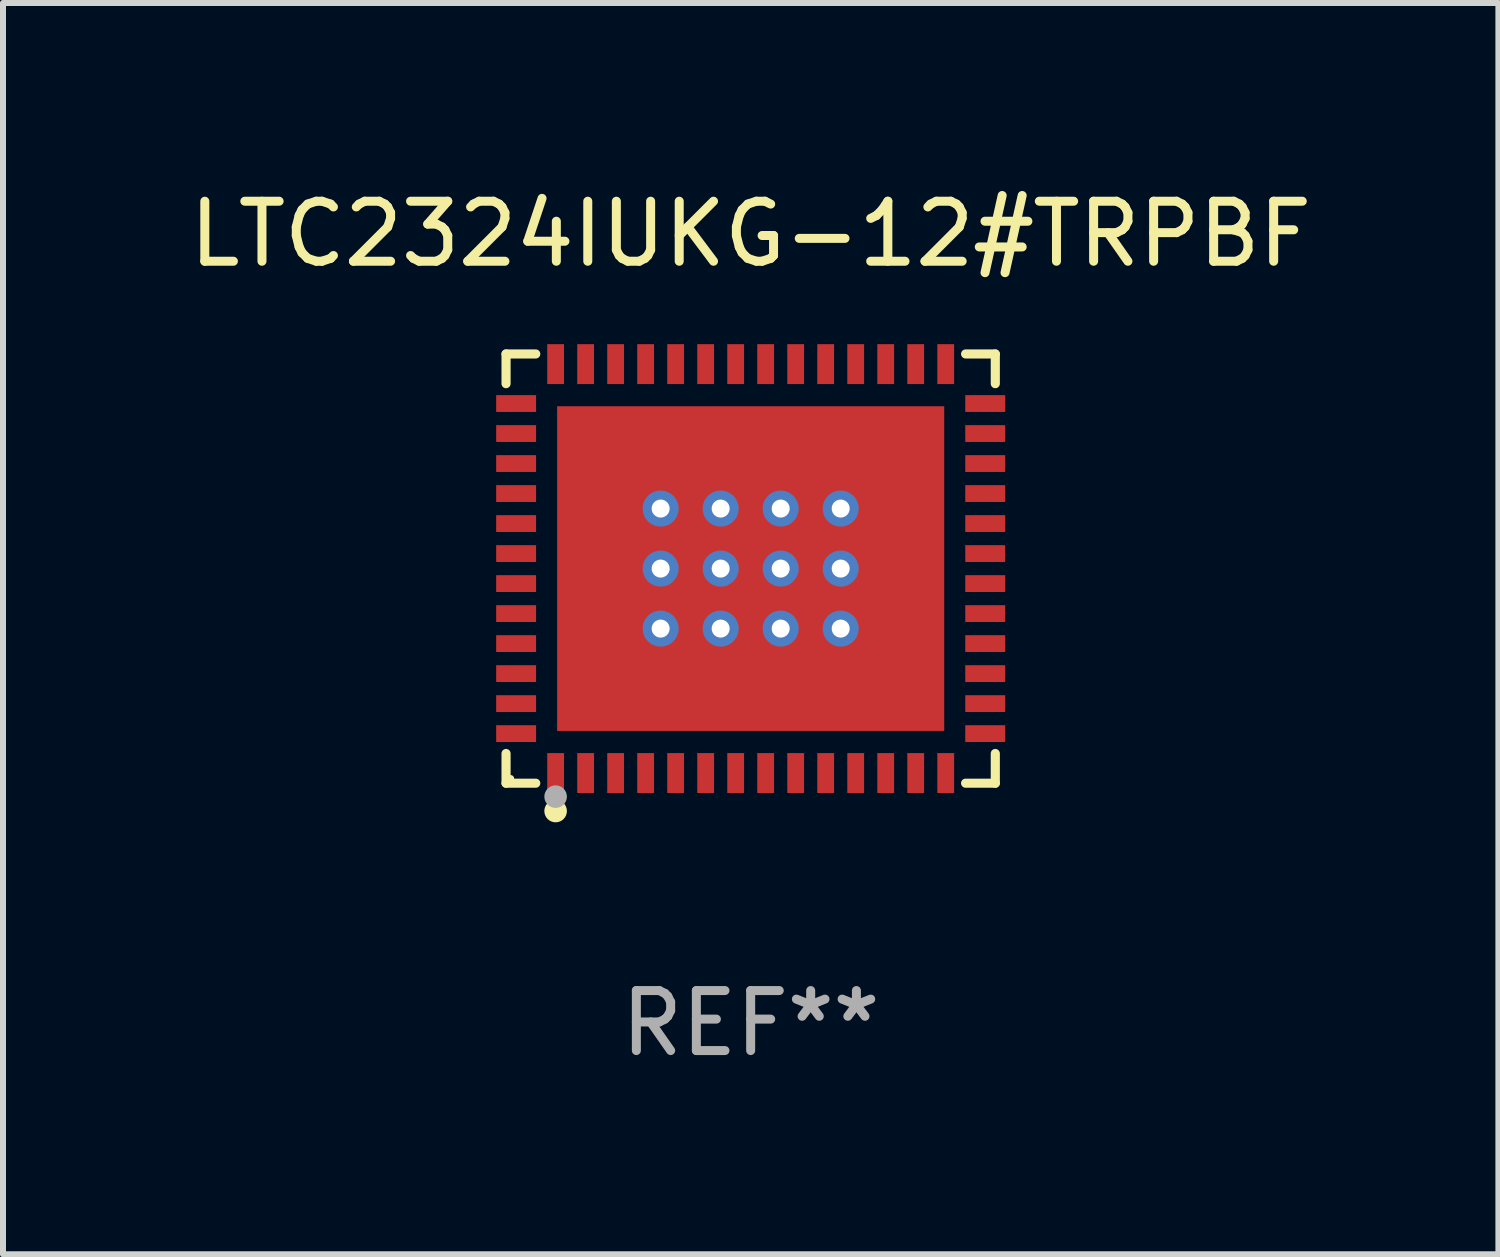
<source format=kicad_pcb>
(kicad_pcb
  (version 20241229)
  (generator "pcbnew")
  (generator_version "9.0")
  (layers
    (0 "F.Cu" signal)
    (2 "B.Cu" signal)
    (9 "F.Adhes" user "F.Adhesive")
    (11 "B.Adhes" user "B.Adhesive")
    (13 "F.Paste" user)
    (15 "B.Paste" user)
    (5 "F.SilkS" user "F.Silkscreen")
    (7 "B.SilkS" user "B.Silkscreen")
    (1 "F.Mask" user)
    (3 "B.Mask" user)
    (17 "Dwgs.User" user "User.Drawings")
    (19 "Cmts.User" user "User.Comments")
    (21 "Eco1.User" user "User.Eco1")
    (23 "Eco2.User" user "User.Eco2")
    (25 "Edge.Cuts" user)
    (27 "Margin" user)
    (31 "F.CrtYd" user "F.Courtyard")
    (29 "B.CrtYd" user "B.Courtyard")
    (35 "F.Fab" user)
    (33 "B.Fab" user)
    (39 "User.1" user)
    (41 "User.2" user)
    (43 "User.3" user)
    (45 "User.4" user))
  (footprint "LTC2324IUKG-12#TRPBF"
    (layer "F.Cu")
    (at 9.458 6.424)
    (property "Reference" "LTC2324IUKG-12#TRPBF" (at 0 -5.576 0) (layer "F.SilkS") (effects (font (size 1 1) (thickness 0.15))))
    (attr through_hole)
    (fp_line (start -4.076 -3.576) (end -3.581 -3.576) (stroke (width 0.152) (type solid)) (layer "F.SilkS"))
    (fp_line (start -4.076 -3.081) (end -4.076 -3.576) (stroke (width 0.152) (type solid)) (layer "F.SilkS"))
    (fp_line (start -4.076 3.081) (end -4.076 3.576) (stroke (width 0.152) (type solid)) (layer "F.SilkS"))
    (fp_line (start -4.076 3.576) (end -3.581 3.576) (stroke (width 0.152) (type solid)) (layer "F.SilkS"))
    (fp_line (start 4.076 -3.576) (end 3.581 -3.576) (stroke (width 0.152) (type solid)) (layer "F.SilkS"))
    (fp_line (start 4.076 -3.081) (end 4.076 -3.576) (stroke (width 0.152) (type solid)) (layer "F.SilkS"))
    (fp_line (start 4.076 3.081) (end 4.076 3.576) (stroke (width 0.152) (type solid)) (layer "F.SilkS"))
    (fp_line (start 4.076 3.576) (end 3.581 3.576) (stroke (width 0.152) (type solid)) (layer "F.SilkS"))
    (fp_circle (center -4 3.5) (end -3.97 3.5) (stroke (width 0.06) (type solid)) (fill no) (layer "F.SilkS"))
    (fp_circle (center -3.25 4.04) (end -3.156 4.04) (stroke (width 0.188) (type solid)) (fill no) (layer "F.SilkS"))
    (fp_circle (center -3.25 3.8) (end -3.156 3.8) (stroke (width 0.188) (type solid)) (fill no) (layer "F.Fab"))
    (fp_text user "REF**" (at 0 7.576 0) (layer "F.Fab") (effects (font (size 1 1) (thickness 0.15))))
    (pad "1" smd rect (at -3.25 3.407) (size 0.28 0.665) (layers "F.Cu" "F.Mask" "F.Paste"))
    (pad "2" smd rect (at -2.75 3.407) (size 0.28 0.665) (layers "F.Cu" "F.Mask" "F.Paste"))
    (pad "3" smd rect (at -2.25 3.407) (size 0.28 0.665) (layers "F.Cu" "F.Mask" "F.Paste"))
    (pad "4" smd rect (at -1.75 3.407) (size 0.28 0.665) (layers "F.Cu" "F.Mask" "F.Paste"))
    (pad "5" smd rect (at -1.25 3.407) (size 0.28 0.665) (layers "F.Cu" "F.Mask" "F.Paste"))
    (pad "6" smd rect (at -0.75 3.407) (size 0.28 0.665) (layers "F.Cu" "F.Mask" "F.Paste"))
    (pad "7" smd rect (at -0.25 3.407) (size 0.28 0.665) (layers "F.Cu" "F.Mask" "F.Paste"))
    (pad "8" smd rect (at 0.25 3.407) (size 0.28 0.665) (layers "F.Cu" "F.Mask" "F.Paste"))
    (pad "9" smd rect (at 0.75 3.407) (size 0.28 0.665) (layers "F.Cu" "F.Mask" "F.Paste"))
    (pad "10" smd rect (at 1.25 3.407) (size 0.28 0.665) (layers "F.Cu" "F.Mask" "F.Paste"))
    (pad "11" smd rect (at 1.75 3.407) (size 0.28 0.665) (layers "F.Cu" "F.Mask" "F.Paste"))
    (pad "12" smd rect (at 2.25 3.407) (size 0.28 0.665) (layers "F.Cu" "F.Mask" "F.Paste"))
    (pad "13" smd rect (at 2.75 3.407) (size 0.28 0.665) (layers "F.Cu" "F.Mask" "F.Paste"))
    (pad "14" smd rect (at 3.25 3.407) (size 0.28 0.665) (layers "F.Cu" "F.Mask" "F.Paste"))
    (pad "15" smd rect (at 3.908 2.75) (size 0.665 0.28) (layers "F.Cu" "F.Mask" "F.Paste"))
    (pad "16" smd rect (at 3.908 2.25) (size 0.665 0.28) (layers "F.Cu" "F.Mask" "F.Paste"))
    (pad "17" smd rect (at 3.908 1.75) (size 0.665 0.28) (layers "F.Cu" "F.Mask" "F.Paste"))
    (pad "18" smd rect (at 3.908 1.25) (size 0.665 0.28) (layers "F.Cu" "F.Mask" "F.Paste"))
    (pad "19" smd rect (at 3.908 0.75) (size 0.665 0.28) (layers "F.Cu" "F.Mask" "F.Paste"))
    (pad "20" smd rect (at 3.908 0.25) (size 0.665 0.28) (layers "F.Cu" "F.Mask" "F.Paste"))
    (pad "21" smd rect (at 3.908 -0.25) (size 0.665 0.28) (layers "F.Cu" "F.Mask" "F.Paste"))
    (pad "22" smd rect (at 3.908 -0.75) (size 0.665 0.28) (layers "F.Cu" "F.Mask" "F.Paste"))
    (pad "23" smd rect (at 3.908 -1.25) (size 0.665 0.28) (layers "F.Cu" "F.Mask" "F.Paste"))
    (pad "24" smd rect (at 3.908 -1.75) (size 0.665 0.28) (layers "F.Cu" "F.Mask" "F.Paste"))
    (pad "25" smd rect (at 3.908 -2.25) (size 0.665 0.28) (layers "F.Cu" "F.Mask" "F.Paste"))
    (pad "26" smd rect (at 3.908 -2.75) (size 0.665 0.28) (layers "F.Cu" "F.Mask" "F.Paste"))
    (pad "27" smd rect (at 3.25 -3.407) (size 0.28 0.665) (layers "F.Cu" "F.Mask" "F.Paste"))
    (pad "28" smd rect (at 2.75 -3.407) (size 0.28 0.665) (layers "F.Cu" "F.Mask" "F.Paste"))
    (pad "29" smd rect (at 2.25 -3.407) (size 0.28 0.665) (layers "F.Cu" "F.Mask" "F.Paste"))
    (pad "30" smd rect (at 1.75 -3.407) (size 0.28 0.665) (layers "F.Cu" "F.Mask" "F.Paste"))
    (pad "31" smd rect (at 1.25 -3.407) (size 0.28 0.665) (layers "F.Cu" "F.Mask" "F.Paste"))
    (pad "32" smd rect (at 0.75 -3.407) (size 0.28 0.665) (layers "F.Cu" "F.Mask" "F.Paste"))
    (pad "33" smd rect (at 0.25 -3.407) (size 0.28 0.665) (layers "F.Cu" "F.Mask" "F.Paste"))
    (pad "34" smd rect (at -0.25 -3.407) (size 0.28 0.665) (layers "F.Cu" "F.Mask" "F.Paste"))
    (pad "35" smd rect (at -0.75 -3.407) (size 0.28 0.665) (layers "F.Cu" "F.Mask" "F.Paste"))
    (pad "36" smd rect (at -1.25 -3.407) (size 0.28 0.665) (layers "F.Cu" "F.Mask" "F.Paste"))
    (pad "37" smd rect (at -1.75 -3.407) (size 0.28 0.665) (layers "F.Cu" "F.Mask" "F.Paste"))
    (pad "38" smd rect (at -2.25 -3.407) (size 0.28 0.665) (layers "F.Cu" "F.Mask" "F.Paste"))
    (pad "39" smd rect (at -2.75 -3.407) (size 0.28 0.665) (layers "F.Cu" "F.Mask" "F.Paste"))
    (pad "40" smd rect (at -3.25 -3.407) (size 0.28 0.665) (layers "F.Cu" "F.Mask" "F.Paste"))
    (pad "41" smd rect (at -3.908 -2.75) (size 0.665 0.28) (layers "F.Cu" "F.Mask" "F.Paste"))
    (pad "42" smd rect (at -3.908 -2.25) (size 0.665 0.28) (layers "F.Cu" "F.Mask" "F.Paste"))
    (pad "43" smd rect (at -3.908 -1.75) (size 0.665 0.28) (layers "F.Cu" "F.Mask" "F.Paste"))
    (pad "44" smd rect (at -3.908 -1.25) (size 0.665 0.28) (layers "F.Cu" "F.Mask" "F.Paste"))
    (pad "45" smd rect (at -3.908 -0.75) (size 0.665 0.28) (layers "F.Cu" "F.Mask" "F.Paste"))
    (pad "46" smd rect (at -3.908 -0.25) (size 0.665 0.28) (layers "F.Cu" "F.Mask" "F.Paste"))
    (pad "47" smd rect (at -3.908 0.25) (size 0.665 0.28) (layers "F.Cu" "F.Mask" "F.Paste"))
    (pad "48" smd rect (at -3.908 0.75) (size 0.665 0.28) (layers "F.Cu" "F.Mask" "F.Paste"))
    (pad "49" smd rect (at -3.908 1.25) (size 0.665 0.28) (layers "F.Cu" "F.Mask" "F.Paste"))
    (pad "50" smd rect (at -3.908 1.75) (size 0.665 0.28) (layers "F.Cu" "F.Mask" "F.Paste"))
    (pad "51" smd rect (at -3.908 2.25) (size 0.665 0.28) (layers "F.Cu" "F.Mask" "F.Paste"))
    (pad "52" smd rect (at -3.908 2.75) (size 0.665 0.28) (layers "F.Cu" "F.Mask" "F.Paste"))
    (pad "53" thru_hole circle (at -1.5 -1) (size 0.6 0.6) (drill 0.3) (layers "*.Cu" "*.Mask"))
    (pad "53" thru_hole circle (at -1.5 0) (size 0.6 0.6) (drill 0.3) (layers "*.Cu" "*.Mask"))
    (pad "53" thru_hole circle (at -1.5 1) (size 0.6 0.6) (drill 0.3) (layers "*.Cu" "*.Mask"))
    (pad "53" thru_hole circle (at -0.5 -1) (size 0.6 0.6) (drill 0.3) (layers "*.Cu" "*.Mask"))
    (pad "53" thru_hole circle (at -0.5 0) (size 0.6 0.6) (drill 0.3) (layers "*.Cu" "*.Mask"))
    (pad "53" thru_hole circle (at -0.5 1) (size 0.6 0.6) (drill 0.3) (layers "*.Cu" "*.Mask"))
    (pad "53" smd rect (at 0 0) (size 6.45 5.41) (layers "F.Cu" "F.Mask" "F.Paste"))
    (pad "53" thru_hole circle (at 0.5 -1) (size 0.6 0.6) (drill 0.3) (layers "*.Cu" "*.Mask"))
    (pad "53" thru_hole circle (at 0.5 0) (size 0.6 0.6) (drill 0.3) (layers "*.Cu" "*.Mask"))
    (pad "53" thru_hole circle (at 0.5 1) (size 0.6 0.6) (drill 0.3) (layers "*.Cu" "*.Mask"))
    (pad "53" thru_hole circle (at 1.5 -1) (size 0.6 0.6) (drill 0.3) (layers "*.Cu" "*.Mask"))
    (pad "53" thru_hole circle (at 1.5 0) (size 0.6 0.6) (drill 0.3) (layers "*.Cu" "*.Mask"))
    (pad "53" thru_hole circle (at 1.5 1) (size 0.6 0.6) (drill 0.3) (layers "*.Cu" "*.Mask")))
  (gr_rect
    (start -3 -3)
    (end 21.917 17.849)
    (stroke (width 0.1) (type default))
    (fill no)
    (layer "Edge.Cuts")))
</source>
